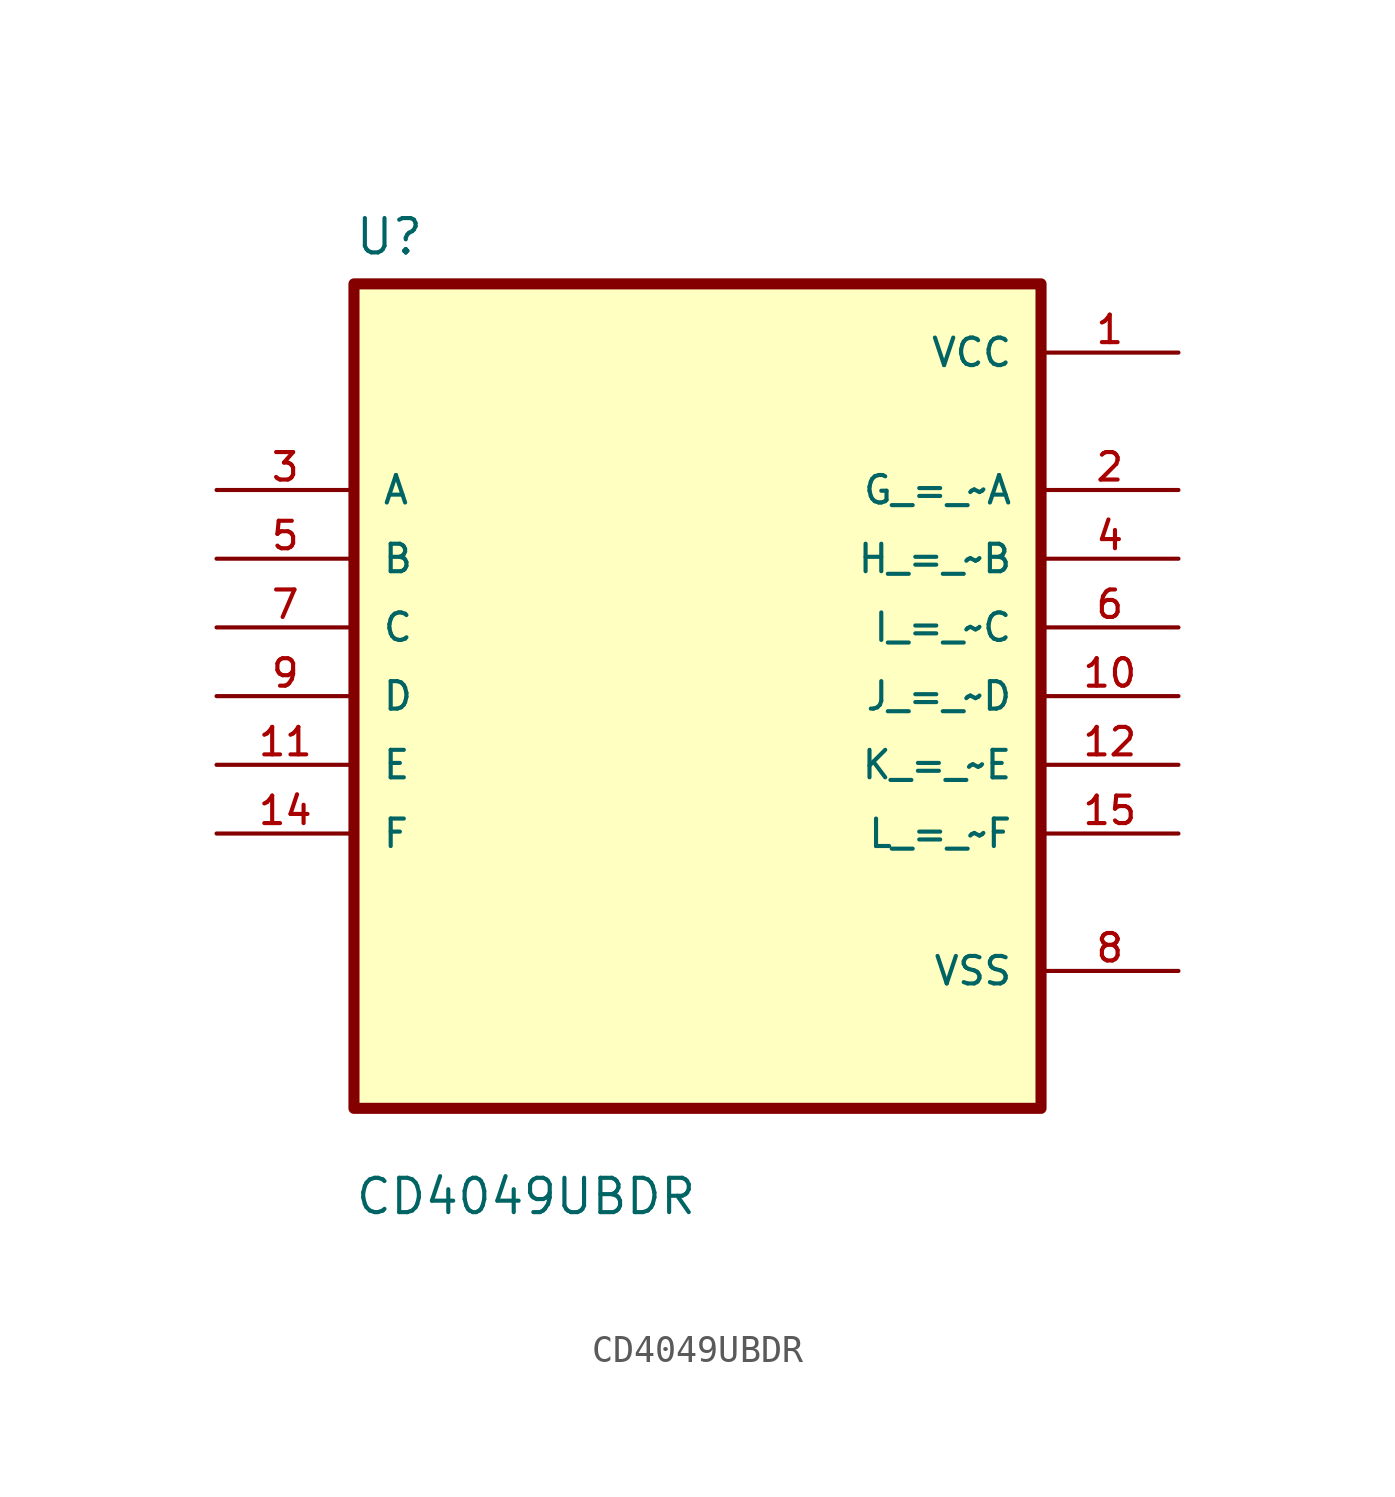
<source format=kicad_sym>
(kicad_symbol_lib
  (version 20211014)
  (generator kicad_symbol_editor)
  (symbol "CD4049UBDR"
    (pin_names
      (offset 1.016))
    (property "Reference" "U"
      (at -12.7 16.24 0.0)
      (effects (font (size 1.27 1.27)) (justify bottom left)))
    (property "Value" "CD4049UBDR"
      (at -12.7 -19.24 0.0)
      (effects (font (size 1.27 1.27)) (justify bottom left)))
    (symbol "CD4049UBDR_0_0"
      (rectangle (start -12.7 -15.24) (end 12.7 15.24) (stroke (width 0.41)) (fill (type background)))
      (pin input line (at -17.78 7.62 0) (length 5.08) (name "A" (effects (font (size 1.016 1.016)))) (number "3" (effects (font (size 1.016 1.016)))))
      (pin input line (at -17.78 5.08 0) (length 5.08) (name "B" (effects (font (size 1.016 1.016)))) (number "5" (effects (font (size 1.016 1.016)))))
      (pin input line (at -17.78 2.54 0) (length 5.08) (name "C" (effects (font (size 1.016 1.016)))) (number "7" (effects (font (size 1.016 1.016)))))
      (pin input line (at -17.78 0.0 0) (length 5.08) (name "D" (effects (font (size 1.016 1.016)))) (number "9" (effects (font (size 1.016 1.016)))))
      (pin input line (at -17.78 -2.54 0) (length 5.08) (name "E" (effects (font (size 1.016 1.016)))) (number "11" (effects (font (size 1.016 1.016)))))
      (pin input line (at -17.78 -5.08 0) (length 5.08) (name "F" (effects (font (size 1.016 1.016)))) (number "14" (effects (font (size 1.016 1.016)))))
      (pin power_in line (at 17.78 12.7 180.0) (length 5.08) (name "VCC" (effects (font (size 1.016 1.016)))) (number "1" (effects (font (size 1.016 1.016)))))
      (pin output line (at 17.78 7.62 180.0) (length 5.08) (name "G_=_~A" (effects (font (size 1.016 1.016)))) (number "2" (effects (font (size 1.016 1.016)))))
      (pin output line (at 17.78 5.08 180.0) (length 5.08) (name "H_=_~B" (effects (font (size 1.016 1.016)))) (number "4" (effects (font (size 1.016 1.016)))))
      (pin output line (at 17.78 2.54 180.0) (length 5.08) (name "I_=_~C" (effects (font (size 1.016 1.016)))) (number "6" (effects (font (size 1.016 1.016)))))
      (pin output line (at 17.78 -8.88178e-16 180.0) (length 5.08) (name "J_=_~D" (effects (font (size 1.016 1.016)))) (number "10" (effects (font (size 1.016 1.016)))))
      (pin output line (at 17.78 -2.54 180.0) (length 5.08) (name "K_=_~E" (effects (font (size 1.016 1.016)))) (number "12" (effects (font (size 1.016 1.016)))))
      (pin output line (at 17.78 -5.08 180.0) (length 5.08) (name "L_=_~F" (effects (font (size 1.016 1.016)))) (number "15" (effects (font (size 1.016 1.016)))))
      (pin power_in line (at 17.78 -10.16 180.0) (length 5.08) (name "VSS" (effects (font (size 1.016 1.016)))) (number "8" (effects (font (size 1.016 1.016))))))))
</source>
